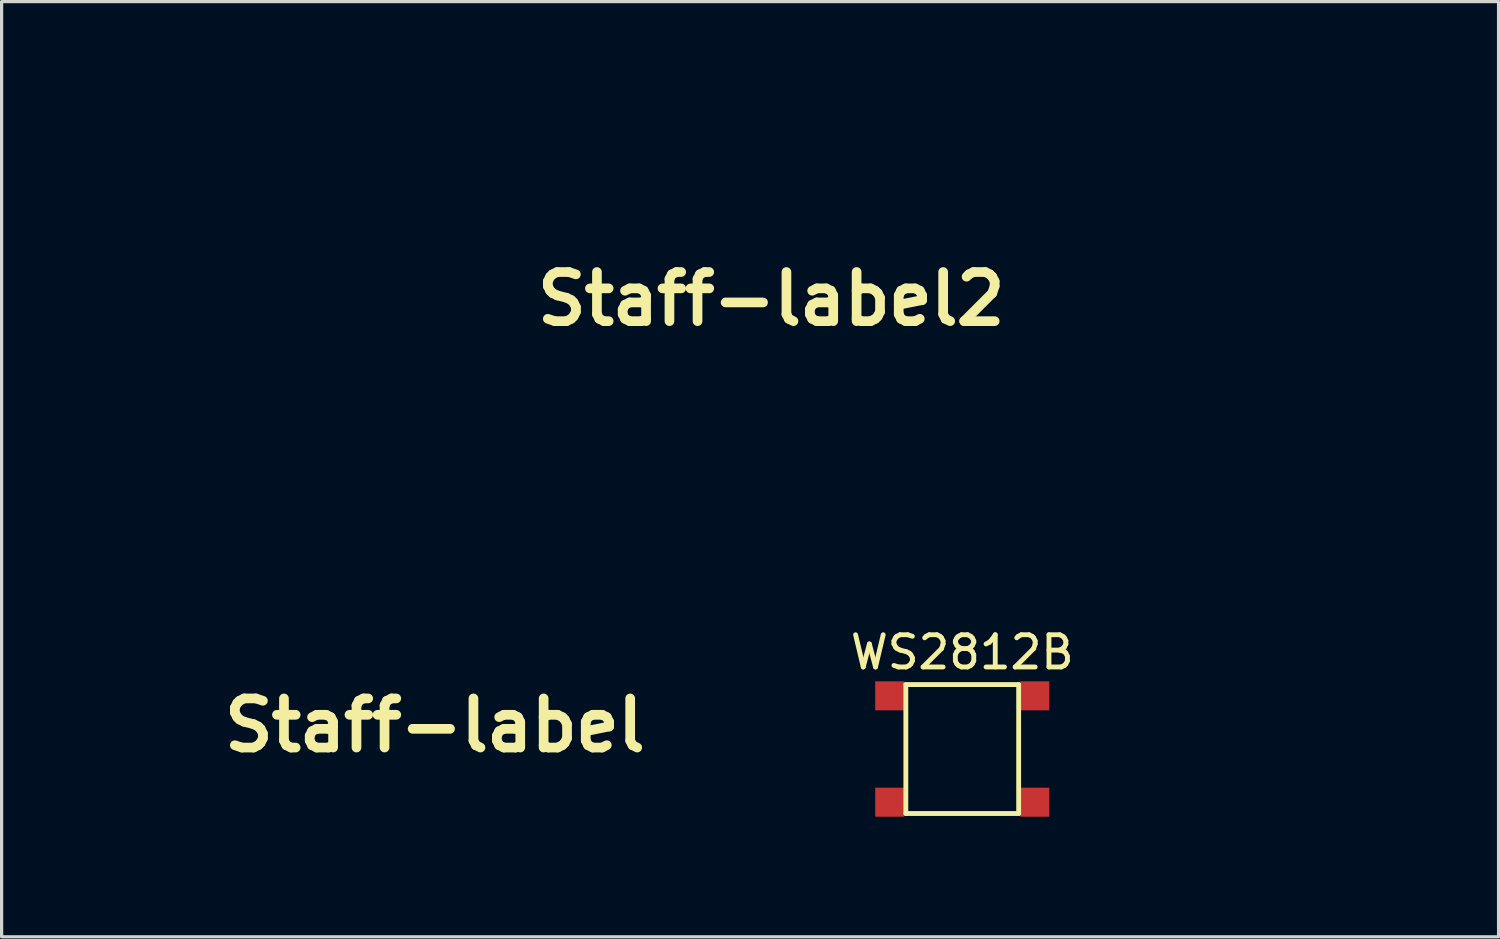
<source format=kicad_pcb>
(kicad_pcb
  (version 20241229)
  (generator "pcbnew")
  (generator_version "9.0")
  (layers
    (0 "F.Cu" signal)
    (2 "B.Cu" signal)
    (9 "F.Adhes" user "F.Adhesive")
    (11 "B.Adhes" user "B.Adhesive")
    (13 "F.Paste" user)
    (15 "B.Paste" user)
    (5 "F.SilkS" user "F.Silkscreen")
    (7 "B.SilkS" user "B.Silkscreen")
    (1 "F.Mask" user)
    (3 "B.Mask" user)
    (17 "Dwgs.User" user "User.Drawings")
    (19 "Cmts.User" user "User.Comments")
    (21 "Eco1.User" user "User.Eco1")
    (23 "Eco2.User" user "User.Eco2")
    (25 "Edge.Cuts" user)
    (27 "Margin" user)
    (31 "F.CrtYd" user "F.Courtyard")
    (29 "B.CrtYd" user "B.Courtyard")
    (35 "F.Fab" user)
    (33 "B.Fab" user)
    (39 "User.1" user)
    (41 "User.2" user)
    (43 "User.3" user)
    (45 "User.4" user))
  (footprint "Staff-label"
    (layer "F.Cu")
    (at 10.44 19.451)
    (property "Reference" "Staff-label" (at 0 0 0) (layer "F.SilkS") (effects (font (size 1.524 1.524) (thickness 0.3))))
    (attr through_hole)
    (fp_poly (pts (xy -2.857 -1.799) (xy -3.873 -1.799) (xy -3.873 3.45) (xy -5.144 3.45) (xy -5.144 -1.799) (xy -6.16 -1.799) (xy -6.16 -3.006) (xy -2.857 -3.006) (xy -2.857 -1.799)) (stroke (width 0.01) (type solid)) (fill yes) (layer "F.Mask"))
    (fp_poly (pts (xy 9.779 -1.799) (xy 8.488 -1.799) (xy 8.488 -0.423) (xy 9.652 -0.423) (xy 9.652 0.762) (xy 8.488 0.762) (xy 8.488 3.45) (xy 7.218 3.45) (xy 7.218 -3.006) (xy 9.779 -3.006) (xy 9.779 -1.799)) (stroke (width 0.01) (type solid)) (fill yes) (layer "F.Mask"))
    (fp_poly (pts (xy 5.736 -1.799) (xy 5.08 -1.799) (xy 4.423 -1.799) (xy 4.429 -1.117) (xy 4.434 -0.434) (xy 5.609 -0.423) (xy 5.609 0.761) (xy 5.022 0.767) (xy 4.434 0.773) (xy 4.429 2.111) (xy 4.424 3.45) (xy 3.154 3.45) (xy 3.154 -3.006) (xy 5.736 -3.006) (xy 5.736 -1.799)) (stroke (width 0.01) (type solid)) (fill yes) (layer "F.Mask"))
    (fp_poly (pts (xy -8.5 -3.094) (xy -8.232 -3.045) (xy -7.967 -2.963) (xy -7.809 -2.897) (xy -7.62 -2.809) (xy -7.62 -1.547) (xy -7.76 -1.653) (xy -7.968 -1.791) (xy -8.173 -1.887) (xy -8.374 -1.942) (xy -8.53 -1.956) (xy -8.706 -1.942) (xy -8.853 -1.897) (xy -8.975 -1.82) (xy -9.075 -1.709) (xy -9.113 -1.648) (xy -9.143 -1.59) (xy -9.161 -1.539) (xy -9.171 -1.482) (xy -9.175 -1.406) (xy -9.176 -1.333) (xy -9.175 -1.234) (xy -9.169 -1.163) (xy -9.155 -1.104) (xy -9.131 -1.043) (xy -9.104 -0.986) (xy -9.057 -0.903) (xy -8.998 -0.819) (xy -8.922 -0.733) (xy -8.825 -0.638) (xy -8.704 -0.533) (xy -8.555 -0.413) (xy -8.375 -0.274) (xy -8.361 -0.264) (xy -8.141 -0.093) (xy -7.955 0.062) (xy -7.799 0.206) (xy -7.67 0.343) (xy -7.563 0.478) (xy -7.476 0.614) (xy -7.405 0.755) (xy -7.369 0.842) (xy -7.32 0.985) (xy -7.285 1.124) (xy -7.264 1.27) (xy -7.254 1.437) (xy -7.252 1.556) (xy -7.268 1.869) (xy -7.317 2.162) (xy -7.398 2.433) (xy -7.51 2.678) (xy -7.652 2.898) (xy -7.823 3.089) (xy -8.023 3.25) (xy -8.108 3.304) (xy -8.319 3.408) (xy -8.556 3.485) (xy -8.808 3.535) (xy -9.067 3.555) (xy -9.322 3.544) (xy -9.452 3.525) (xy -9.552 3.505) (xy -9.657 3.48) (xy -9.727 3.461) (xy -9.806 3.435) (xy -9.897 3.398) (xy -9.991 3.357) (xy -10.075 3.316) (xy -10.142 3.279) (xy -10.179 3.251) (xy -10.181 3.249) (xy -10.188 3.219) (xy -10.193 3.146) (xy -10.197 3.033) (xy -10.198 2.879) (xy -10.198 2.687) (xy -10.197 2.617) (xy -10.192 2.01) (xy -10.113 2.064) (xy -9.927 2.173) (xy -9.732 2.257) (xy -9.535 2.315) (xy -9.342 2.344) (xy -9.16 2.344) (xy -8.995 2.314) (xy -8.91 2.283) (xy -8.772 2.204) (xy -8.665 2.105) (xy -8.581 1.979) (xy -8.57 1.956) (xy -8.534 1.878) (xy -8.514 1.811) (xy -8.505 1.737) (xy -8.503 1.653) (xy -8.511 1.529) (xy -8.537 1.415) (xy -8.584 1.308) (xy -8.654 1.204) (xy -8.752 1.098) (xy -8.881 0.985) (xy -9.043 0.862) (xy -9.156 0.783) (xy -9.377 0.628) (xy -9.565 0.488) (xy -9.723 0.36) (xy -9.857 0.239) (xy -9.969 0.121) (xy -10.066 0.004) (xy -10.129 -0.086) (xy -10.248 -0.291) (xy -10.336 -0.505) (xy -10.395 -0.735) (xy -10.427 -0.988) (xy -10.435 -1.203) (xy -10.419 -1.511) (xy -10.37 -1.797) (xy -10.289 -2.061) (xy -10.179 -2.3) (xy -10.038 -2.513) (xy -9.869 -2.697) (xy -9.673 -2.851) (xy -9.491 -2.954) (xy -9.267 -3.04) (xy -9.023 -3.091) (xy -8.766 -3.109) (xy -8.5 -3.094)) (stroke (width 0.01) (type solid)) (fill yes) (layer "F.Mask"))
    (fp_poly (pts (xy -0.089 -3.006) (xy 0.061 -3.005) (xy 0.177 -3.004) (xy 0.263 -3.002) (xy 0.325 -2.998) (xy 0.366 -2.994) (xy 0.391 -2.987) (xy 0.404 -2.979) (xy 0.41 -2.969) (xy 0.41 -2.969) (xy 0.416 -2.944) (xy 0.432 -2.881) (xy 0.456 -2.781) (xy 0.488 -2.646) (xy 0.528 -2.48) (xy 0.575 -2.284) (xy 0.629 -2.06) (xy 0.689 -1.811) (xy 0.755 -1.538) (xy 0.825 -1.246) (xy 0.9 -0.934) (xy 0.978 -0.606) (xy 1.06 -0.265) (xy 1.145 0.088) (xy 1.173 0.205) (xy 1.258 0.562) (xy 1.341 0.908) (xy 1.421 1.241) (xy 1.497 1.559) (xy 1.569 1.859) (xy 1.637 2.139) (xy 1.699 2.398) (xy 1.755 2.631) (xy 1.804 2.838) (xy 1.847 3.016) (xy 1.882 3.163) (xy 1.909 3.276) (xy 1.928 3.353) (xy 1.937 3.392) (xy 1.938 3.396) (xy 1.952 3.45) (xy 0.582 3.45) (xy 0.465 2.916) (xy 0.349 2.381) (xy -0.299 2.376) (xy -0.946 2.37) (xy -1.011 2.672) (xy -1.04 2.807) (xy -1.071 2.953) (xy -1.1 3.093) (xy -1.124 3.209) (xy -1.125 3.212) (xy -1.174 3.45) (xy -1.814 3.45) (xy -2.002 3.45) (xy -2.152 3.449) (xy -2.267 3.447) (xy -2.35 3.443) (xy -2.405 3.439) (xy -2.435 3.433) (xy -2.445 3.426) (xy -2.445 3.424) (xy -2.439 3.4) (xy -2.424 3.338) (xy -2.401 3.239) (xy -2.37 3.106) (xy -2.331 2.94) (xy -2.285 2.744) (xy -2.233 2.521) (xy -2.176 2.272) (xy -2.112 2) (xy -2.044 1.707) (xy -1.972 1.396) (xy -1.957 1.329) (xy -0.727 1.329) (xy -0.727 1.339) (xy -0.703 1.345) (xy -0.645 1.35) (xy -0.561 1.353) (xy -0.459 1.355) (xy -0.345 1.355) (xy -0.227 1.354) (xy -0.114 1.352) (xy -0.012 1.349) (xy 0.071 1.345) (xy 0.127 1.34) (xy 0.148 1.333) (xy 0.148 1.333) (xy 0.144 1.308) (xy 0.133 1.246) (xy 0.116 1.152) (xy 0.094 1.029) (xy 0.067 0.884) (xy 0.036 0.719) (xy 0.002 0.541) (xy -0.009 0.481) (xy -0.048 0.276) (xy -0.086 0.063) (xy -0.124 -0.148) (xy -0.159 -0.35) (xy -0.19 -0.534) (xy -0.216 -0.693) (xy -0.233 -0.804) (xy -0.253 -0.941) (xy -0.272 -1.064) (xy -0.289 -1.169) (xy -0.303 -1.248) (xy -0.313 -1.294) (xy -0.315 -1.301) (xy -0.324 -1.296) (xy -0.336 -1.251) (xy -0.352 -1.167) (xy -0.371 -1.045) (xy -0.391 -0.909) (xy -0.408 -0.79) (xy -0.43 -0.637) (xy -0.457 -0.457) (xy -0.487 -0.258) (xy -0.52 -0.047) (xy -0.553 0.169) (xy -0.586 0.381) (xy -0.593 0.423) (xy -0.623 0.613) (xy -0.65 0.791) (xy -0.675 0.95) (xy -0.695 1.088) (xy -0.711 1.201) (xy -0.722 1.282) (xy -0.727 1.329) (xy -1.957 1.329) (xy -1.896 1.068) (xy -1.817 0.726) (xy -1.735 0.372) (xy -1.705 0.243) (xy -1.622 -0.115) (xy -1.541 -0.462) (xy -1.464 -0.796) (xy -1.39 -1.115) (xy -1.32 -1.416) (xy -1.255 -1.697) (xy -1.195 -1.956) (xy -1.141 -2.19) (xy -1.093 -2.398) (xy -1.052 -2.576) (xy -1.018 -2.723) (xy -0.991 -2.837) (xy -0.973 -2.914) (xy -0.964 -2.954) (xy -0.963 -2.958) (xy -0.952 -3.006) (xy -0.276 -3.006) (xy -0.089 -3.006)) (stroke (width 0.01) (type solid)) (fill yes) (layer "F.Mask")))
  (footprint "WS2812B"
    (layer "F.Cu")
    (at 26.801 20.186)
    (property "Reference" "WS2812B" (at 0 -3 0) (layer "F.SilkS") (effects (font (size 1 1) (thickness 0.15))))
    (attr through_hole)
    (fp_line (start -1.75 -2) (end 1.75 -2) (stroke (width 0.15) (type solid)) (layer "F.SilkS"))
    (fp_line (start -1.75 2) (end -1.75 -2) (stroke (width 0.15) (type solid)) (layer "F.SilkS"))
    (fp_line (start 1.75 -2) (end 1.75 2) (stroke (width 0.15) (type solid)) (layer "F.SilkS"))
    (fp_line (start 1.75 2) (end -1.75 2) (stroke (width 0.15) (type solid)) (layer "F.SilkS"))
    (pad "1" smd rect (at -2.25 -1.65) (size 0.9 0.9) (layers "F.Cu" "F.Mask" "F.Paste"))
    (pad "2" smd rect (at -2.25 1.65) (size 0.9 0.9) (layers "F.Cu" "F.Mask" "F.Paste"))
    (pad "3" smd rect (at 2.25 1.65) (size 0.9 0.9) (layers "F.Cu" "F.Mask" "F.Paste"))
    (pad "4" smd rect (at 2.25 -1.65) (size 0.9 0.9) (layers "F.Cu" "F.Mask" "F.Paste")))
  (footprint "Staff-label2"
    (layer "F.Cu")
    (at 20.875 6.223)
    (property "Reference" "Staff-label2" (at 0 0 0) (layer "F.SilkS") (effects (font (size 1.524 1.524) (thickness 0.3))))
    (attr through_hole)
    (fp_poly (pts (xy -5.715 -3.598) (xy -7.747 -3.598) (xy -7.747 6.9) (xy -10.287 6.9) (xy -10.287 -3.598) (xy -12.319 -3.598) (xy -12.319 -6.011) (xy -5.715 -6.011) (xy -5.715 -3.598)) (stroke (width 0.01) (type solid)) (fill yes) (layer "F.Mask"))
    (fp_poly (pts (xy 19.558 -3.598) (xy 16.976 -3.598) (xy 16.976 -0.847) (xy 19.304 -0.847) (xy 19.304 1.524) (xy 16.976 1.524) (xy 16.976 6.9) (xy 14.436 6.9) (xy 14.436 -6.011) (xy 19.558 -6.011) (xy 19.558 -3.598)) (stroke (width 0.01) (type solid)) (fill yes) (layer "F.Mask"))
    (fp_poly (pts (xy 11.472 -3.598) (xy 10.159 -3.598) (xy 8.846 -3.598) (xy 8.858 -2.233) (xy 8.869 -0.868) (xy 10.044 -0.857) (xy 11.218 -0.845) (xy 11.218 1.523) (xy 8.869 1.545) (xy 8.858 4.223) (xy 8.847 6.9) (xy 6.308 6.9) (xy 6.308 -6.011) (xy 11.472 -6.011) (xy 11.472 -3.598)) (stroke (width 0.01) (type solid)) (fill yes) (layer "F.Mask"))
    (fp_poly (pts (xy -17 -6.187) (xy -16.464 -6.09) (xy -15.934 -5.926) (xy -15.617 -5.793) (xy -15.24 -5.618) (xy -15.24 -3.094) (xy -15.519 -3.305) (xy -15.935 -3.581) (xy -16.345 -3.774) (xy -16.747 -3.885) (xy -17.06 -3.913) (xy -17.411 -3.885) (xy -17.706 -3.795) (xy -17.951 -3.64) (xy -18.15 -3.419) (xy -18.226 -3.296) (xy -18.286 -3.18) (xy -18.323 -3.079) (xy -18.343 -2.965) (xy -18.35 -2.812) (xy -18.352 -2.666) (xy -18.349 -2.469) (xy -18.338 -2.326) (xy -18.311 -2.209) (xy -18.263 -2.087) (xy -18.208 -1.972) (xy -18.115 -1.806) (xy -17.996 -1.639) (xy -17.843 -1.465) (xy -17.65 -1.276) (xy -17.408 -1.066) (xy -17.111 -0.825) (xy -16.749 -0.548) (xy -16.722 -0.527) (xy -16.281 -0.187) (xy -15.909 0.124) (xy -15.597 0.412) (xy -15.339 0.687) (xy -15.127 0.956) (xy -14.953 1.228) (xy -14.81 1.511) (xy -14.738 1.685) (xy -14.639 1.971) (xy -14.57 2.247) (xy -14.528 2.539) (xy -14.508 2.873) (xy -14.504 3.111) (xy -14.537 3.739) (xy -14.635 4.325) (xy -14.796 4.865) (xy -15.02 5.356) (xy -15.304 5.795) (xy -15.646 6.177) (xy -16.045 6.5) (xy -16.215 6.608) (xy -16.638 6.815) (xy -17.112 6.97) (xy -17.616 7.069) (xy -18.133 7.109) (xy -18.644 7.087) (xy -18.904 7.05) (xy -19.103 7.01) (xy -19.314 6.96) (xy -19.454 6.923) (xy -19.612 6.87) (xy -19.795 6.797) (xy -19.981 6.714) (xy -20.151 6.631) (xy -20.284 6.557) (xy -20.359 6.502) (xy -20.362 6.499) (xy -20.376 6.437) (xy -20.387 6.292) (xy -20.394 6.066) (xy -20.397 5.759) (xy -20.396 5.374) (xy -20.395 5.233) (xy -20.384 4.021) (xy -20.227 4.127) (xy -19.854 4.347) (xy -19.464 4.515) (xy -19.07 4.63) (xy -18.684 4.688) (xy -18.32 4.689) (xy -17.99 4.629) (xy -17.82 4.565) (xy -17.544 4.407) (xy -17.33 4.21) (xy -17.163 3.957) (xy -17.14 3.913) (xy -17.069 3.755) (xy -17.028 3.622) (xy -17.01 3.474) (xy -17.007 3.306) (xy -17.023 3.057) (xy -17.074 2.831) (xy -17.167 2.617) (xy -17.309 2.408) (xy -17.505 2.195) (xy -17.762 1.97) (xy -18.087 1.724) (xy -18.313 1.566) (xy -18.755 1.256) (xy -19.13 0.976) (xy -19.447 0.719) (xy -19.713 0.477) (xy -19.939 0.242) (xy -20.131 0.008) (xy -20.258 -0.171) (xy -20.496 -0.582) (xy -20.672 -1.011) (xy -20.791 -1.471) (xy -20.855 -1.977) (xy -20.87 -2.406) (xy -20.837 -3.021) (xy -20.74 -3.594) (xy -20.579 -4.122) (xy -20.357 -4.6) (xy -20.076 -5.026) (xy -19.739 -5.395) (xy -19.346 -5.703) (xy -18.983 -5.909) (xy -18.534 -6.079) (xy -18.047 -6.182) (xy -17.531 -6.218) (xy -17 -6.187)) (stroke (width 0.01) (type solid)) (fill yes) (layer "F.Mask"))
    (fp_poly (pts (xy -0.177 -6.011) (xy 0.122 -6.01) (xy 0.353 -6.007) (xy 0.527 -6.003) (xy 0.65 -5.996) (xy 0.732 -5.987) (xy 0.782 -5.974) (xy 0.809 -5.958) (xy 0.82 -5.938) (xy 0.82 -5.937) (xy 0.832 -5.888) (xy 0.863 -5.762) (xy 0.912 -5.562) (xy 0.976 -5.293) (xy 1.057 -4.96) (xy 1.151 -4.567) (xy 1.259 -4.12) (xy 1.378 -3.621) (xy 1.509 -3.077) (xy 1.65 -2.491) (xy 1.799 -1.868) (xy 1.956 -1.213) (xy 2.12 -0.53) (xy 2.29 0.177) (xy 2.346 0.41) (xy 2.517 1.124) (xy 2.683 1.816) (xy 2.842 2.482) (xy 2.995 3.118) (xy 3.139 3.718) (xy 3.273 4.279) (xy 3.397 4.795) (xy 3.509 5.263) (xy 3.609 5.676) (xy 3.694 6.032) (xy 3.764 6.325) (xy 3.819 6.551) (xy 3.856 6.706) (xy 3.875 6.784) (xy 3.877 6.792) (xy 3.904 6.9) (xy 1.163 6.9) (xy 0.93 5.831) (xy 0.698 4.763) (xy -0.597 4.751) (xy -1.892 4.74) (xy -2.022 5.344) (xy -2.079 5.614) (xy -2.141 5.906) (xy -2.2 6.185) (xy -2.248 6.418) (xy -2.25 6.424) (xy -2.348 6.9) (xy -3.628 6.9) (xy -4.005 6.9) (xy -4.304 6.897) (xy -4.533 6.893) (xy -4.699 6.887) (xy -4.809 6.878) (xy -4.87 6.866) (xy -4.89 6.851) (xy -4.889 6.847) (xy -4.878 6.801) (xy -4.848 6.676) (xy -4.802 6.478) (xy -4.739 6.211) (xy -4.662 5.88) (xy -4.571 5.489) (xy -4.467 5.042) (xy -4.351 4.544) (xy -4.225 4.001) (xy -4.089 3.415) (xy -3.944 2.792) (xy -3.913 2.658) (xy -1.453 2.658) (xy -1.453 2.678) (xy -1.406 2.69) (xy -1.291 2.699) (xy -1.123 2.706) (xy -0.917 2.709) (xy -0.689 2.71) (xy -0.454 2.709) (xy -0.227 2.705) (xy -0.024 2.698) (xy 0.142 2.69) (xy 0.253 2.679) (xy 0.296 2.666) (xy 0.296 2.666) (xy 0.289 2.616) (xy 0.267 2.492) (xy 0.233 2.303) (xy 0.187 2.059) (xy 0.133 1.767) (xy 0.072 1.438) (xy 0.004 1.081) (xy -0.018 0.962) (xy -0.095 0.551) (xy -0.172 0.126) (xy -0.248 -0.296) (xy -0.318 -0.7) (xy -0.38 -1.069) (xy -0.431 -1.385) (xy -0.465 -1.609) (xy -0.506 -1.881) (xy -0.544 -2.129) (xy -0.579 -2.338) (xy -0.607 -2.495) (xy -0.626 -2.587) (xy -0.63 -2.602) (xy -0.647 -2.593) (xy -0.672 -2.502) (xy -0.704 -2.334) (xy -0.743 -2.091) (xy -0.782 -1.818) (xy -0.815 -1.581) (xy -0.86 -1.275) (xy -0.914 -0.915) (xy -0.974 -0.516) (xy -1.039 -0.094) (xy -1.106 0.337) (xy -1.173 0.762) (xy -1.186 0.847) (xy -1.246 1.227) (xy -1.301 1.581) (xy -1.349 1.901) (xy -1.39 2.177) (xy -1.422 2.401) (xy -1.443 2.564) (xy -1.453 2.658) (xy -3.913 2.658) (xy -3.792 2.136) (xy -3.633 1.451) (xy -3.469 0.743) (xy -3.41 0.487) (xy -3.244 -0.229) (xy -3.083 -0.924) (xy -2.928 -1.592) (xy -2.78 -2.23) (xy -2.641 -2.832) (xy -2.511 -3.394) (xy -2.391 -3.911) (xy -2.282 -4.38) (xy -2.186 -4.795) (xy -2.103 -5.152) (xy -2.035 -5.446) (xy -1.982 -5.673) (xy -1.946 -5.829) (xy -1.928 -5.907) (xy -1.926 -5.916) (xy -1.903 -6.011) (xy -0.552 -6.011) (xy -0.177 -6.011)) (stroke (width 0.01) (type solid)) (fill yes) (layer "F.Mask")))
  (gr_rect
    (start -3 -3)
    (end 43.438 26.011)
    (stroke (width 0.1) (type default))
    (fill no)
    (layer "Edge.Cuts")))
</source>
